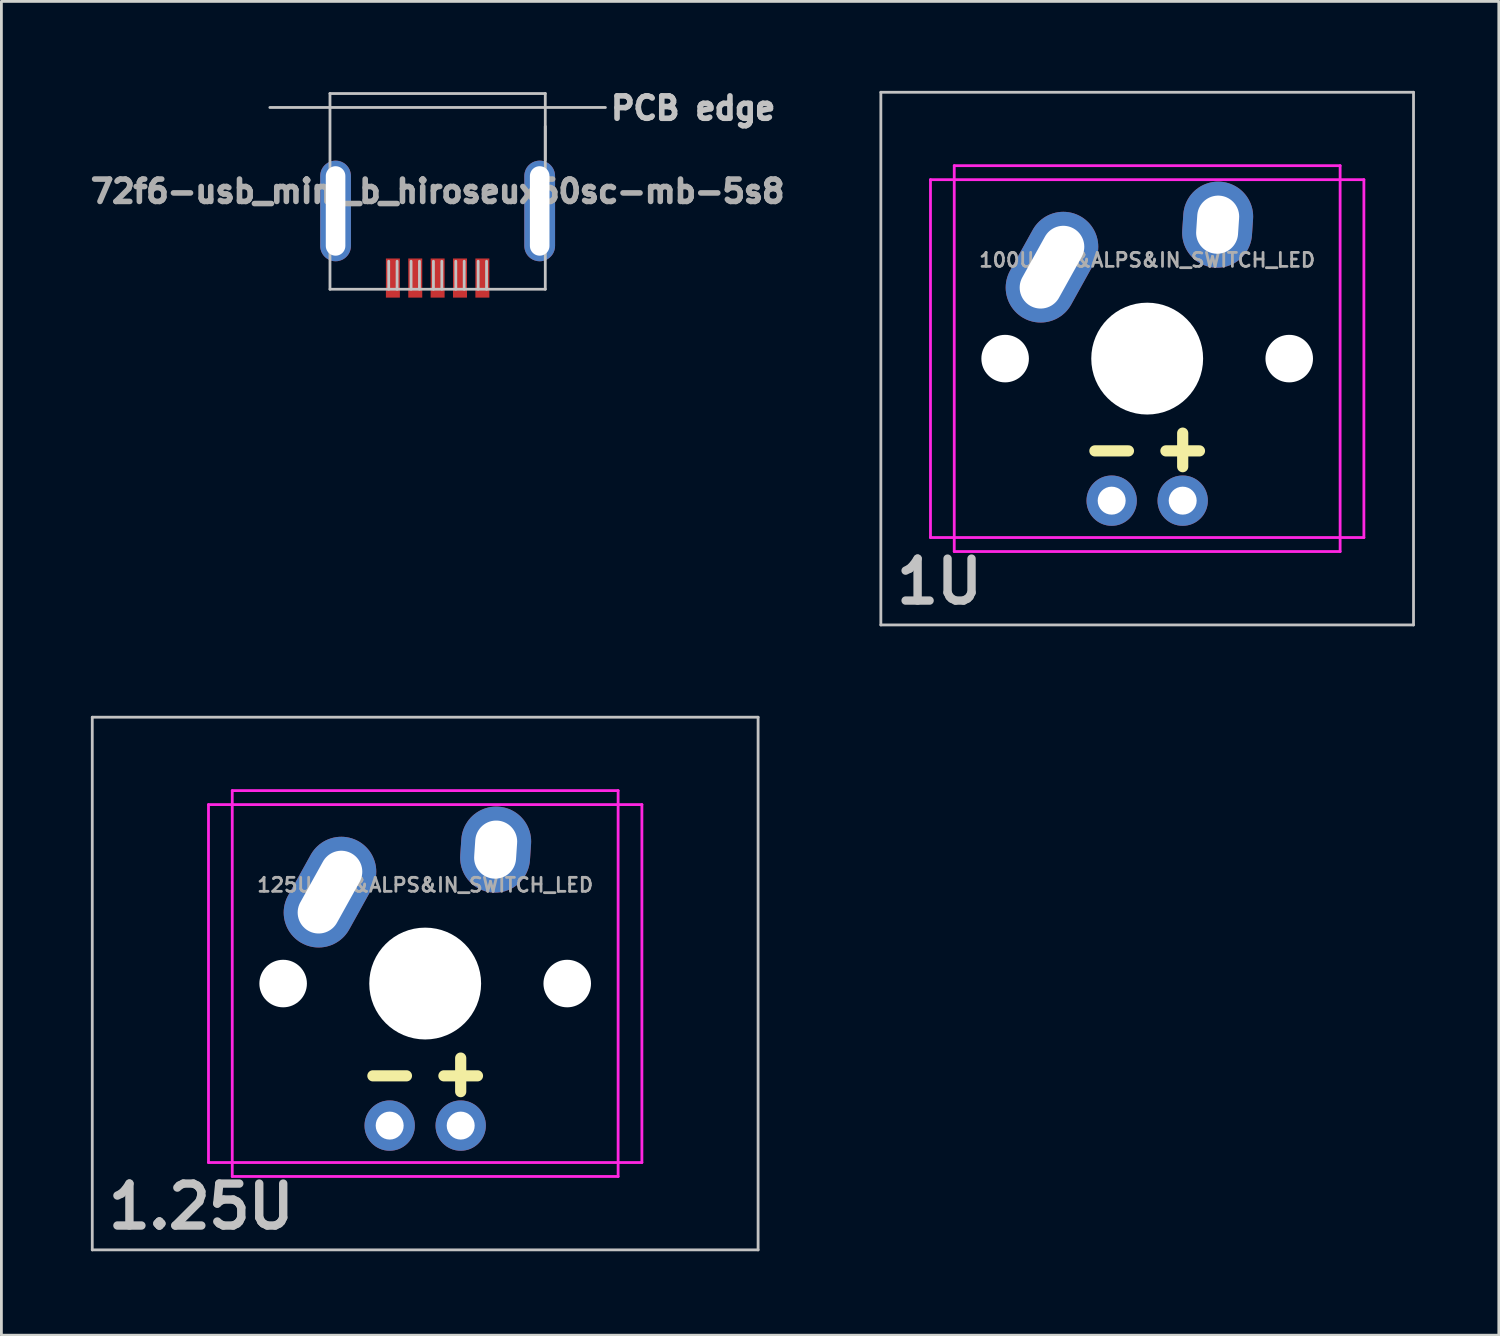
<source format=kicad_pcb>
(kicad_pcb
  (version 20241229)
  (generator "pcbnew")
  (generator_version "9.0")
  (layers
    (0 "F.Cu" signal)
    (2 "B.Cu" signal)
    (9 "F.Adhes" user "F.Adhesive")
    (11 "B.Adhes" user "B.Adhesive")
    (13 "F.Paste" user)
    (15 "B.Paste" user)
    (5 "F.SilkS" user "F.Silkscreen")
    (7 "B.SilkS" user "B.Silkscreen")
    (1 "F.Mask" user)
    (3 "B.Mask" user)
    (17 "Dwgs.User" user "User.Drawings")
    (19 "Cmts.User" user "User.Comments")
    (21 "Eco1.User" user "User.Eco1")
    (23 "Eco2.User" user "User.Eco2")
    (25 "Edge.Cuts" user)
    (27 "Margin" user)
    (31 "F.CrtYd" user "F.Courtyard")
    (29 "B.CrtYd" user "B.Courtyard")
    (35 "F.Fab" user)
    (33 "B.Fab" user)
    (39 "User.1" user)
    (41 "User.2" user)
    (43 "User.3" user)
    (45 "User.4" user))
  (footprint "100U_MX&ALPS&IN_SWITCH_LED"
    (layer "F.Cu")
    (at 28.452 0.25)
    (property "Reference" "100U_MX&ALPS&IN_SWITCH_LED" (at 9.525 6 0) (layer "F.Fab") (effects (font (size 0.5 0.5) (thickness 0.1))))
    (attr through_hole)
    (fp_line (start 7.655 12.825) (end 8.855 12.825) (stroke (width 0.4) (type solid)) (layer "F.SilkS"))
    (fp_line (start 10.195 12.825) (end 11.395 12.825) (stroke (width 0.4) (type solid)) (layer "F.SilkS"))
    (fp_line (start 10.795 12.19) (end 10.795 13.39) (stroke (width 0.4) (type solid)) (layer "F.SilkS"))
    (fp_line (start 0 0) (end 19.05 0) (stroke (width 0.1) (type solid)) (layer "Dwgs.User"))
    (fp_line (start 0 19.05) (end 0 0) (stroke (width 0.1) (type solid)) (layer "Dwgs.User"))
    (fp_line (start 19.05 0) (end 19.05 19.05) (stroke (width 0.1) (type solid)) (layer "Dwgs.User"))
    (fp_line (start 19.05 19.05) (end 0 19.05) (stroke (width 0.1) (type solid)) (layer "Dwgs.User"))
    (fp_line (start 1.775 3.125) (end 1.775 15.925) (stroke (width 0.1) (type solid)) (layer "F.CrtYd"))
    (fp_line (start 1.775 3.125) (end 17.275 3.125) (stroke (width 0.1) (type solid)) (layer "F.CrtYd"))
    (fp_line (start 1.775 15.925) (end 17.275 15.925) (stroke (width 0.1) (type solid)) (layer "F.CrtYd"))
    (fp_line (start 2.625 2.625) (end 2.625 16.425) (stroke (width 0.1) (type solid)) (layer "F.CrtYd"))
    (fp_line (start 2.625 2.625) (end 16.425 2.625) (stroke (width 0.1) (type solid)) (layer "F.CrtYd"))
    (fp_line (start 2.625 16.425) (end 16.425 16.425) (stroke (width 0.1) (type solid)) (layer "F.CrtYd"))
    (fp_line (start 16.425 2.625) (end 16.425 16.425) (stroke (width 0.1) (type solid)) (layer "F.CrtYd"))
    (fp_line (start 17.275 3.125) (end 17.275 15.925) (stroke (width 0.1) (type solid)) (layer "F.CrtYd"))
    (fp_text user "1U" (at 2.1 17.5 0) (layer "Dwgs.User") (effects (font (size 1.5 1.5) (thickness 0.3))))
    (pad "" np_thru_hole circle (at 4.445 9.525) (size 1.7 1.7) (drill 1.7) (layers "*.Cu" "*.Mask"))
    (pad "" np_thru_hole circle (at 9.525 9.525) (size 4 4) (drill 4) (layers "*.Cu" "*.Mask"))
    (pad "" np_thru_hole circle (at 14.605 9.525) (size 1.7 1.7) (drill 1.7) (layers "*.Cu" "*.Mask"))
    (pad "1" thru_hole oval (at 6.12 6.255 330.95) (size 2.5 4.17) (drill oval 1.5 3.17) (layers "*.Cu" "*.Mask"))
    (pad "2" thru_hole oval (at 12.045 4.735 356.1) (size 2.5 3.08) (drill oval 1.5 2.08) (layers "*.Cu" "*.Mask"))
    (pad "3" thru_hole circle (at 8.255 14.605) (size 1.8 1.8) (drill 1) (layers "*.Cu" "*.Mask"))
    (pad "4" thru_hole circle (at 10.795 14.605) (size 1.8 1.8) (drill 1) (layers "*.Cu" "*.Mask")))
  (footprint "125U_MX&ALPS&IN_SWITCH_LED"
    (layer "F.Cu")
    (at 0.25 22.6)
    (property "Reference" "125U_MX&ALPS&IN_SWITCH_LED" (at 11.906 6 0) (layer "F.Fab") (effects (font (size 0.5 0.5) (thickness 0.1))))
    (attr through_hole)
    (fp_line (start 10.036 12.825) (end 11.236 12.825) (stroke (width 0.4) (type solid)) (layer "F.SilkS"))
    (fp_line (start 12.576 12.825) (end 13.776 12.825) (stroke (width 0.4) (type solid)) (layer "F.SilkS"))
    (fp_line (start 13.176 12.19) (end 13.176 13.39) (stroke (width 0.4) (type solid)) (layer "F.SilkS"))
    (fp_line (start 0 0) (end 23.812 0) (stroke (width 0.1) (type solid)) (layer "Dwgs.User"))
    (fp_line (start 0 19.05) (end 0 0) (stroke (width 0.1) (type solid)) (layer "Dwgs.User"))
    (fp_line (start 23.812 0) (end 23.812 19.05) (stroke (width 0.1) (type solid)) (layer "Dwgs.User"))
    (fp_line (start 23.812 19.05) (end 0 19.05) (stroke (width 0.1) (type solid)) (layer "Dwgs.User"))
    (fp_line (start 4.156 3.125) (end 4.156 15.925) (stroke (width 0.1) (type solid)) (layer "F.CrtYd"))
    (fp_line (start 4.156 3.125) (end 19.656 3.125) (stroke (width 0.1) (type solid)) (layer "F.CrtYd"))
    (fp_line (start 4.156 15.925) (end 19.656 15.925) (stroke (width 0.1) (type solid)) (layer "F.CrtYd"))
    (fp_line (start 5.006 2.625) (end 5.006 16.425) (stroke (width 0.1) (type solid)) (layer "F.CrtYd"))
    (fp_line (start 5.006 2.625) (end 18.806 2.625) (stroke (width 0.1) (type solid)) (layer "F.CrtYd"))
    (fp_line (start 5.006 16.425) (end 18.806 16.425) (stroke (width 0.1) (type solid)) (layer "F.CrtYd"))
    (fp_line (start 18.806 2.625) (end 18.806 16.425) (stroke (width 0.1) (type solid)) (layer "F.CrtYd"))
    (fp_line (start 19.656 3.125) (end 19.656 15.925) (stroke (width 0.1) (type solid)) (layer "F.CrtYd"))
    (fp_text user "1.25U" (at 3.9 17.5 0) (layer "Dwgs.User") (effects (font (size 1.5 1.5) (thickness 0.3))))
    (pad "" np_thru_hole circle (at 6.826 9.525) (size 1.7 1.7) (drill 1.7) (layers "*.Cu" "*.Mask"))
    (pad "" np_thru_hole circle (at 11.906 9.525) (size 4 4) (drill 4) (layers "*.Cu" "*.Mask"))
    (pad "" np_thru_hole circle (at 16.986 9.525) (size 1.7 1.7) (drill 1.7) (layers "*.Cu" "*.Mask"))
    (pad "1" thru_hole oval (at 8.501 6.255 330.95) (size 2.5 4.17) (drill oval 1.5 3.17) (layers "*.Cu" "*.Mask"))
    (pad "2" thru_hole oval (at 14.426 4.735 356.1) (size 2.5 3.08) (drill oval 1.5 2.08) (layers "*.Cu" "*.Mask"))
    (pad "3" thru_hole circle (at 10.636 14.605) (size 1.8 1.8) (drill 1) (layers "*.Cu" "*.Mask"))
    (pad "4" thru_hole circle (at 13.176 14.605) (size 1.8 1.8) (drill 1) (layers "*.Cu" "*.Mask")))
  (footprint "72f6-usb_mini_b_hiroseux60sc-mb-5s8"
    (layer "F.Cu")
    (at 12.601 3.794)
    (property "Reference" "72f6-usb_mini_b_hiroseux60sc-mb-5s8" (at 0 0 0) (layer "F.Fab") (effects (font (size 0.8 0.8) (thickness 0.2))))
    (attr through_hole)
    (fp_line (start -6 -3) (end 6 -3) (stroke (width 0.1) (type solid)) (layer "Dwgs.User"))
    (fp_line (start -3.85 -3.5) (end -3.85 3.5) (stroke (width 0.1) (type solid)) (layer "Dwgs.User"))
    (fp_line (start -3.85 -3.5) (end 3.85 -3.5) (stroke (width 0.1) (type solid)) (layer "Dwgs.User"))
    (fp_line (start -3.85 -0.7) (end -3.85 0.3) (stroke (width 0.1) (type solid)) (layer "Dwgs.User"))
    (fp_line (start -3.85 -0.7) (end -3.45 -0.7) (stroke (width 0.1) (type solid)) (layer "Dwgs.User"))
    (fp_line (start -3.85 0.3) (end -3.45 0.3) (stroke (width 0.1) (type solid)) (layer "Dwgs.User"))
    (fp_line (start -3.85 1.1) (end -3.85 2.1) (stroke (width 0.1) (type solid)) (layer "Dwgs.User"))
    (fp_line (start -3.85 1.1) (end -3.45 1.1) (stroke (width 0.1) (type solid)) (layer "Dwgs.User"))
    (fp_line (start -3.85 2.1) (end -3.45 2.1) (stroke (width 0.1) (type solid)) (layer "Dwgs.User"))
    (fp_line (start -3.85 3.5) (end 3.85 3.5) (stroke (width 0.1) (type solid)) (layer "Dwgs.User"))
    (fp_line (start -3.45 -0.7) (end -3.45 0.3) (stroke (width 0.1) (type solid)) (layer "Dwgs.User"))
    (fp_line (start -3.45 1.1) (end -3.45 2.1) (stroke (width 0.1) (type solid)) (layer "Dwgs.User"))
    (fp_line (start -1.75 2.5) (end -1.75 3.5) (stroke (width 0.1) (type solid)) (layer "Dwgs.User"))
    (fp_line (start -1.45 2.5) (end -1.45 3.5) (stroke (width 0.1) (type solid)) (layer "Dwgs.User"))
    (fp_line (start -0.95 2.5) (end -0.95 3.5) (stroke (width 0.1) (type solid)) (layer "Dwgs.User"))
    (fp_line (start -0.65 2.5) (end -0.65 3.5) (stroke (width 0.1) (type solid)) (layer "Dwgs.User"))
    (fp_line (start -0.15 2.5) (end -0.15 3.5) (stroke (width 0.1) (type solid)) (layer "Dwgs.User"))
    (fp_line (start 0.15 2.5) (end 0.15 3.5) (stroke (width 0.1) (type solid)) (layer "Dwgs.User"))
    (fp_line (start 0.65 2.5) (end 0.65 3.5) (stroke (width 0.1) (type solid)) (layer "Dwgs.User"))
    (fp_line (start 0.95 2.5) (end 0.95 3.5) (stroke (width 0.1) (type solid)) (layer "Dwgs.User"))
    (fp_line (start 1.45 2.5) (end 1.45 3.5) (stroke (width 0.1) (type solid)) (layer "Dwgs.User"))
    (fp_line (start 1.75 2.5) (end 1.75 3.5) (stroke (width 0.1) (type solid)) (layer "Dwgs.User"))
    (fp_line (start 3.45 -0.7) (end 3.45 0.3) (stroke (width 0.1) (type solid)) (layer "Dwgs.User"))
    (fp_line (start 3.45 -0.7) (end 3.85 -0.7) (stroke (width 0.1) (type solid)) (layer "Dwgs.User"))
    (fp_line (start 3.45 0.3) (end 3.85 0.3) (stroke (width 0.1) (type solid)) (layer "Dwgs.User"))
    (fp_line (start 3.45 1.1) (end 3.45 2.1) (stroke (width 0.1) (type solid)) (layer "Dwgs.User"))
    (fp_line (start 3.45 1.1) (end 3.85 1.1) (stroke (width 0.1) (type solid)) (layer "Dwgs.User"))
    (fp_line (start 3.45 2.1) (end 3.85 2.1) (stroke (width 0.1) (type solid)) (layer "Dwgs.User"))
    (fp_line (start 3.85 -3.5) (end 3.85 3.5) (stroke (width 0.1) (type solid)) (layer "Dwgs.User"))
    (fp_line (start 3.85 -2.325) (end 3.85 -1.125) (stroke (width 0.1) (type solid)) (layer "Dwgs.User"))
    (fp_line (start 3.85 -0.7) (end 3.85 0.3) (stroke (width 0.1) (type solid)) (layer "Dwgs.User"))
    (fp_line (start 3.85 1.1) (end 3.85 2.1) (stroke (width 0.1) (type solid)) (layer "Dwgs.User"))
    (fp_text user "PCB edge" (at 9.14 -2.975 0) (layer "Dwgs.User") (effects (font (size 0.8 0.8) (thickness 0.2))))
    (pad "1" smd rect (at 1.6 3.1) (size 0.5 1.4) (layers "F.Cu" "F.Mask" "F.Paste"))
    (pad "2" smd rect (at 0.8 3.1) (size 0.5 1.4) (layers "F.Cu" "F.Mask" "F.Paste"))
    (pad "3" smd rect (at 0 3.1) (size 0.5 1.4) (layers "F.Cu" "F.Mask" "F.Paste"))
    (pad "4" smd rect (at -0.8 3.1) (size 0.5 1.4) (layers "F.Cu" "F.Mask" "F.Paste"))
    (pad "5" smd rect (at -1.6 3.1) (size 0.5 1.4) (layers "F.Cu" "F.Mask" "F.Paste"))
    (pad "~" thru_hole oval (at -3.65 0.7) (size 1.1 3.6) (drill oval 0.7 3.2) (layers "*.Cu" "*.Mask"))
    (pad "~" thru_hole oval (at 3.65 0.7) (size 1.1 3.6) (drill oval 0.7 3.2) (layers "*.Cu" "*.Mask")))
  (gr_rect
    (start -3 -3)
    (end 50.552 44.7)
    (stroke (width 0.1) (type default))
    (fill no)
    (layer "Edge.Cuts")))
</source>
